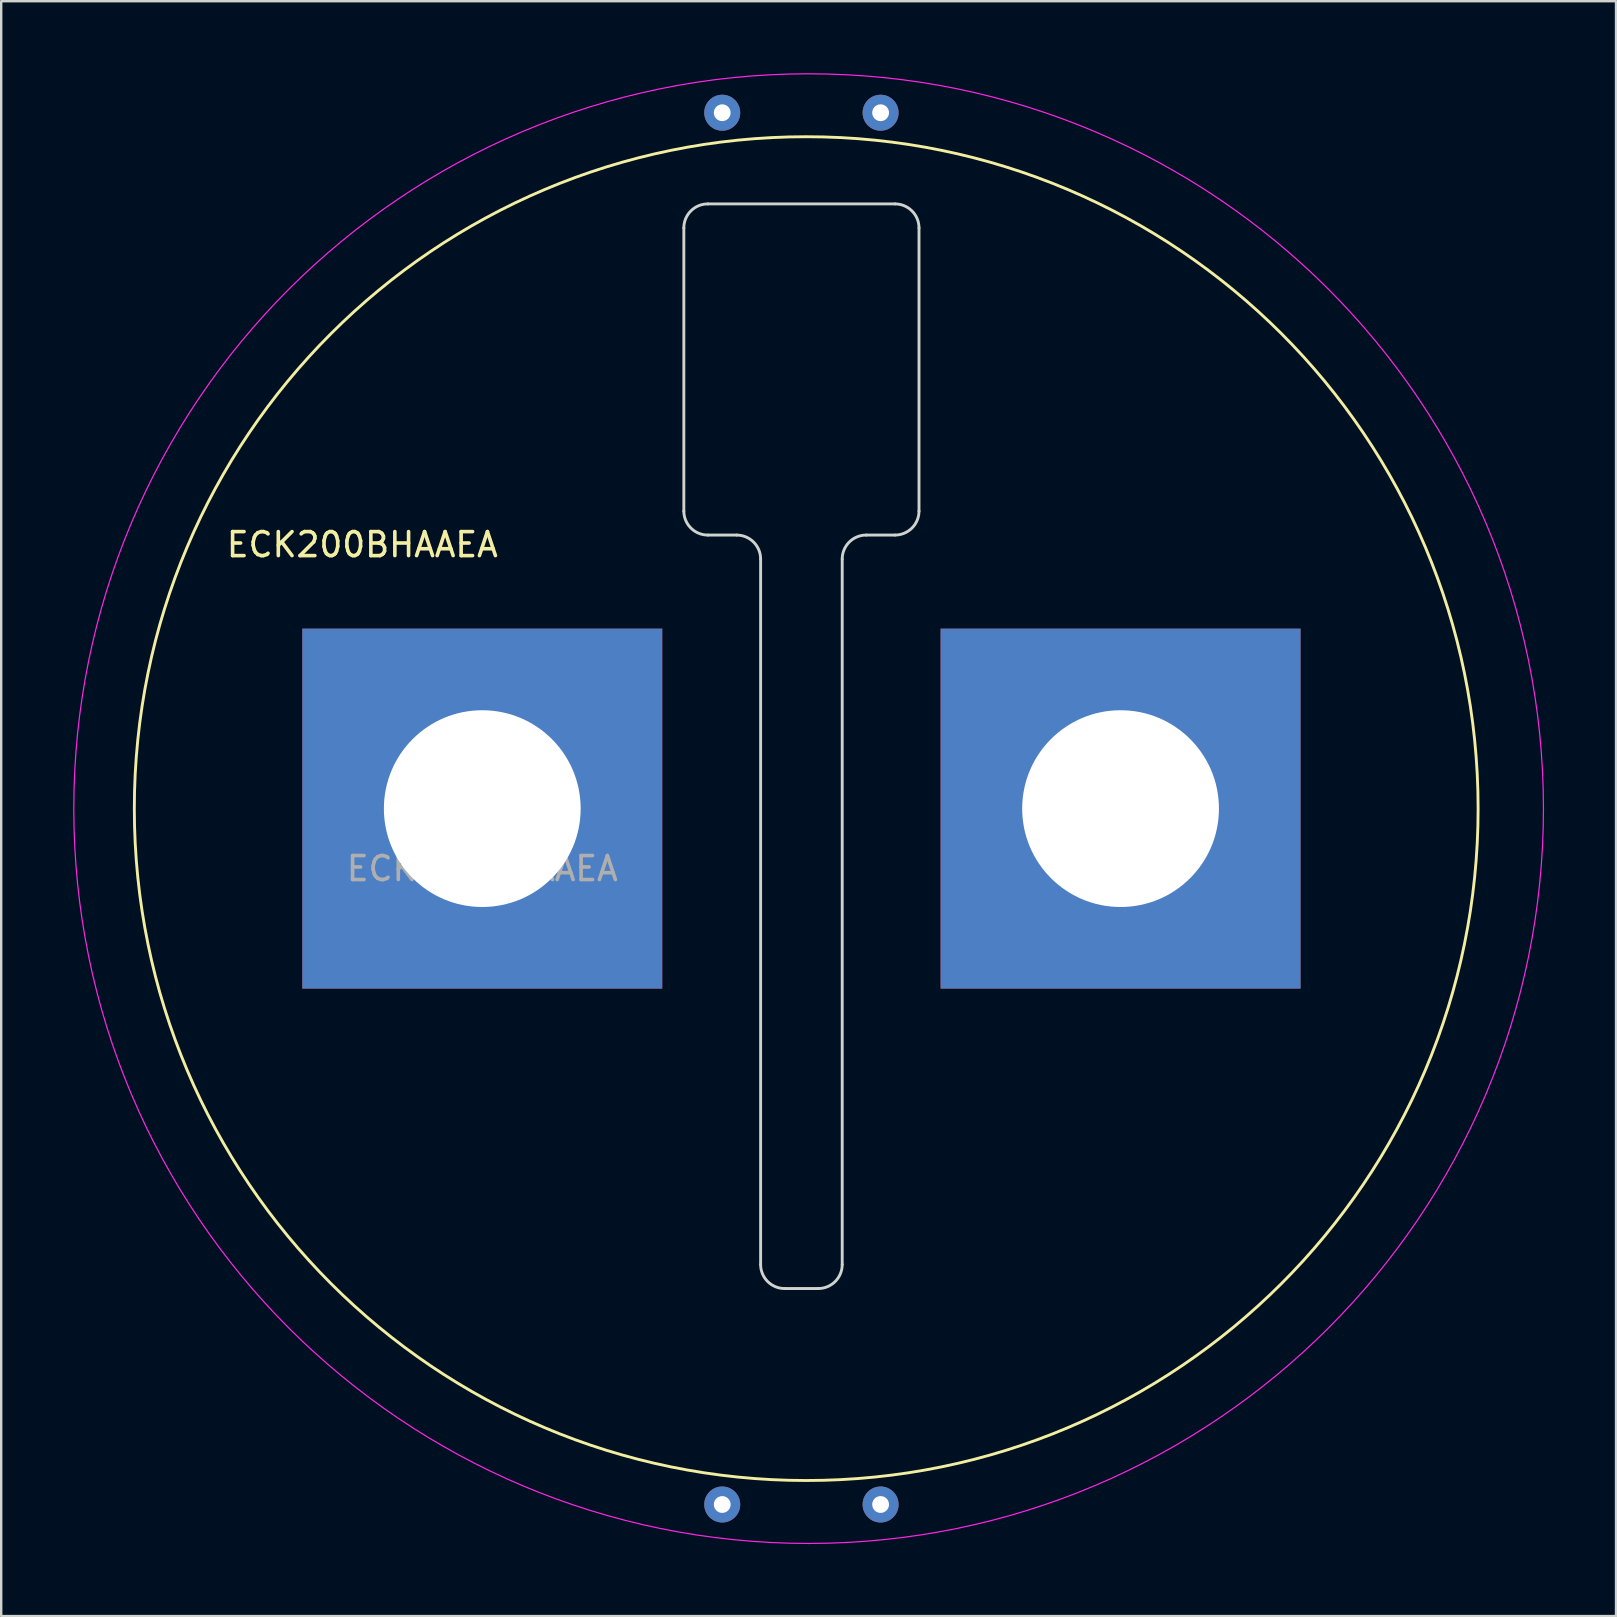
<source format=kicad_pcb>
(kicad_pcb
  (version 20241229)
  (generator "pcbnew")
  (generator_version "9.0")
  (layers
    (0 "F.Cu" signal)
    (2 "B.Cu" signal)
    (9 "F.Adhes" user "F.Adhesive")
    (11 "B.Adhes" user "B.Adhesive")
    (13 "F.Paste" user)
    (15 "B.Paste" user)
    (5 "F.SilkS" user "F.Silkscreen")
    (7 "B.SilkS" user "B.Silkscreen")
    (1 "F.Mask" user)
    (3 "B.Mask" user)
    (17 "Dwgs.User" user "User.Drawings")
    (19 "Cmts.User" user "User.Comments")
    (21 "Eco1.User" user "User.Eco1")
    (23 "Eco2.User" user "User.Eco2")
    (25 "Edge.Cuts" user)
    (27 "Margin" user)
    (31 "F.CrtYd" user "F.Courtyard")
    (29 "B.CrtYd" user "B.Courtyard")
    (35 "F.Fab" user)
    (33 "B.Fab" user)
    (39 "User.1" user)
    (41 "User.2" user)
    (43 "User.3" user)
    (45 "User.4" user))
  (footprint "ECK200BHAAEA"
    (layer "F.Cu")
    (at 17.048 30.648)
    (property "Reference" "ECK200BHAAEA" (at -5 -11 0) (unlocked yes) (layer "F.SilkS") (effects (font (size 1 1) (thickness 0.15))))
    (fp_circle (center 13.5 0) (end 13.6 28) (stroke (width 0.12) (type default)) (fill no) (layer "F.SilkS"))
    (fp_line (start 8.4 -12.4) (end 8.4 -24.2) (stroke (width 0.12) (type default)) (layer "Edge.Cuts"))
    (fp_line (start 9.4 -25.2) (end 17.2 -25.2) (stroke (width 0.12) (type default)) (layer "Edge.Cuts"))
    (fp_line (start 10.6 -11.4) (end 9.4 -11.4) (stroke (width 0.12) (type default)) (layer "Edge.Cuts"))
    (fp_line (start 11.6 19) (end 11.6 -10.4) (stroke (width 0.12) (type default)) (layer "Edge.Cuts"))
    (fp_line (start 14 20) (end 12.6 20) (stroke (width 0.12) (type default)) (layer "Edge.Cuts"))
    (fp_line (start 15 -10.4) (end 15 19) (stroke (width 0.12) (type default)) (layer "Edge.Cuts"))
    (fp_line (start 17.2 -11.4) (end 16 -11.4) (stroke (width 0.12) (type default)) (layer "Edge.Cuts"))
    (fp_line (start 18.2 -24.2) (end 18.2 -12.4) (stroke (width 0.12) (type default)) (layer "Edge.Cuts"))
    (fp_arc (start 8.4 -24.2) (mid 8.692893 -24.907107) (end 9.4 -25.2) (stroke (width 0.12) (type default)) (layer "Edge.Cuts"))
    (fp_arc (start 9.4 -11.4) (mid 8.692893 -11.692893) (end 8.4 -12.4) (stroke (width 0.12) (type default)) (layer "Edge.Cuts"))
    (fp_arc (start 10.6 -11.4) (mid 11.307107 -11.107107) (end 11.6 -10.4) (stroke (width 0.12) (type default)) (layer "Edge.Cuts"))
    (fp_arc (start 12.6 20) (mid 11.892893 19.707107) (end 11.6 19) (stroke (width 0.12) (type default)) (layer "Edge.Cuts"))
    (fp_arc (start 15 -10.4) (mid 15.292893 -11.107107) (end 16 -11.4) (stroke (width 0.12) (type default)) (layer "Edge.Cuts"))
    (fp_arc (start 15 19) (mid 14.707107 19.707107) (end 14 20) (stroke (width 0.12) (type default)) (layer "Edge.Cuts"))
    (fp_arc (start 17.2 -25.2) (mid 17.907107 -24.907107) (end 18.2 -24.2) (stroke (width 0.12) (type default)) (layer "Edge.Cuts"))
    (fp_arc (start 18.2 -12.4) (mid 17.907107 -11.692893) (end 17.2 -11.4) (stroke (width 0.12) (type default)) (layer "Edge.Cuts"))
    (fp_circle (center 13.6 0) (end 26 28) (stroke (width 0.05) (type default)) (fill no) (layer "F.CrtYd"))
    (fp_text user "${REFERENCE}" (at 0 2.5 0) (unlocked yes) (layer "F.Fab") (effects (font (size 1 1) (thickness 0.15))))
    (pad "1" thru_hole circle (at 10 29) (size 1.5 1.5) (drill 0.7) (layers "*.Cu" "*.Mask"))
    (pad "2" thru_hole circle (at 16.6 29) (size 1.5 1.5) (drill 0.7) (layers "*.Cu" "*.Mask"))
    (pad "3" thru_hole circle (at 10 -29) (size 1.5 1.5) (drill 0.7) (layers "*.Cu" "*.Mask"))
    (pad "4" thru_hole circle (at 16.6 -29) (size 1.5 1.5) (drill 0.7) (layers "*.Cu" "*.Mask"))
    (pad "5" thru_hole rect (at 0 0) (size 15 15) (drill 8.2) (layers "*.Cu" "*.Mask"))
    (pad "6" thru_hole rect (at 26.6 0) (size 15 15) (drill 8.2) (layers "*.Cu" "*.Mask")))
  (gr_rect
    (start -3 -3)
    (end 64.296 64.296)
    (stroke (width 0.1) (type default))
    (fill no)
    (layer "Edge.Cuts")))
</source>
